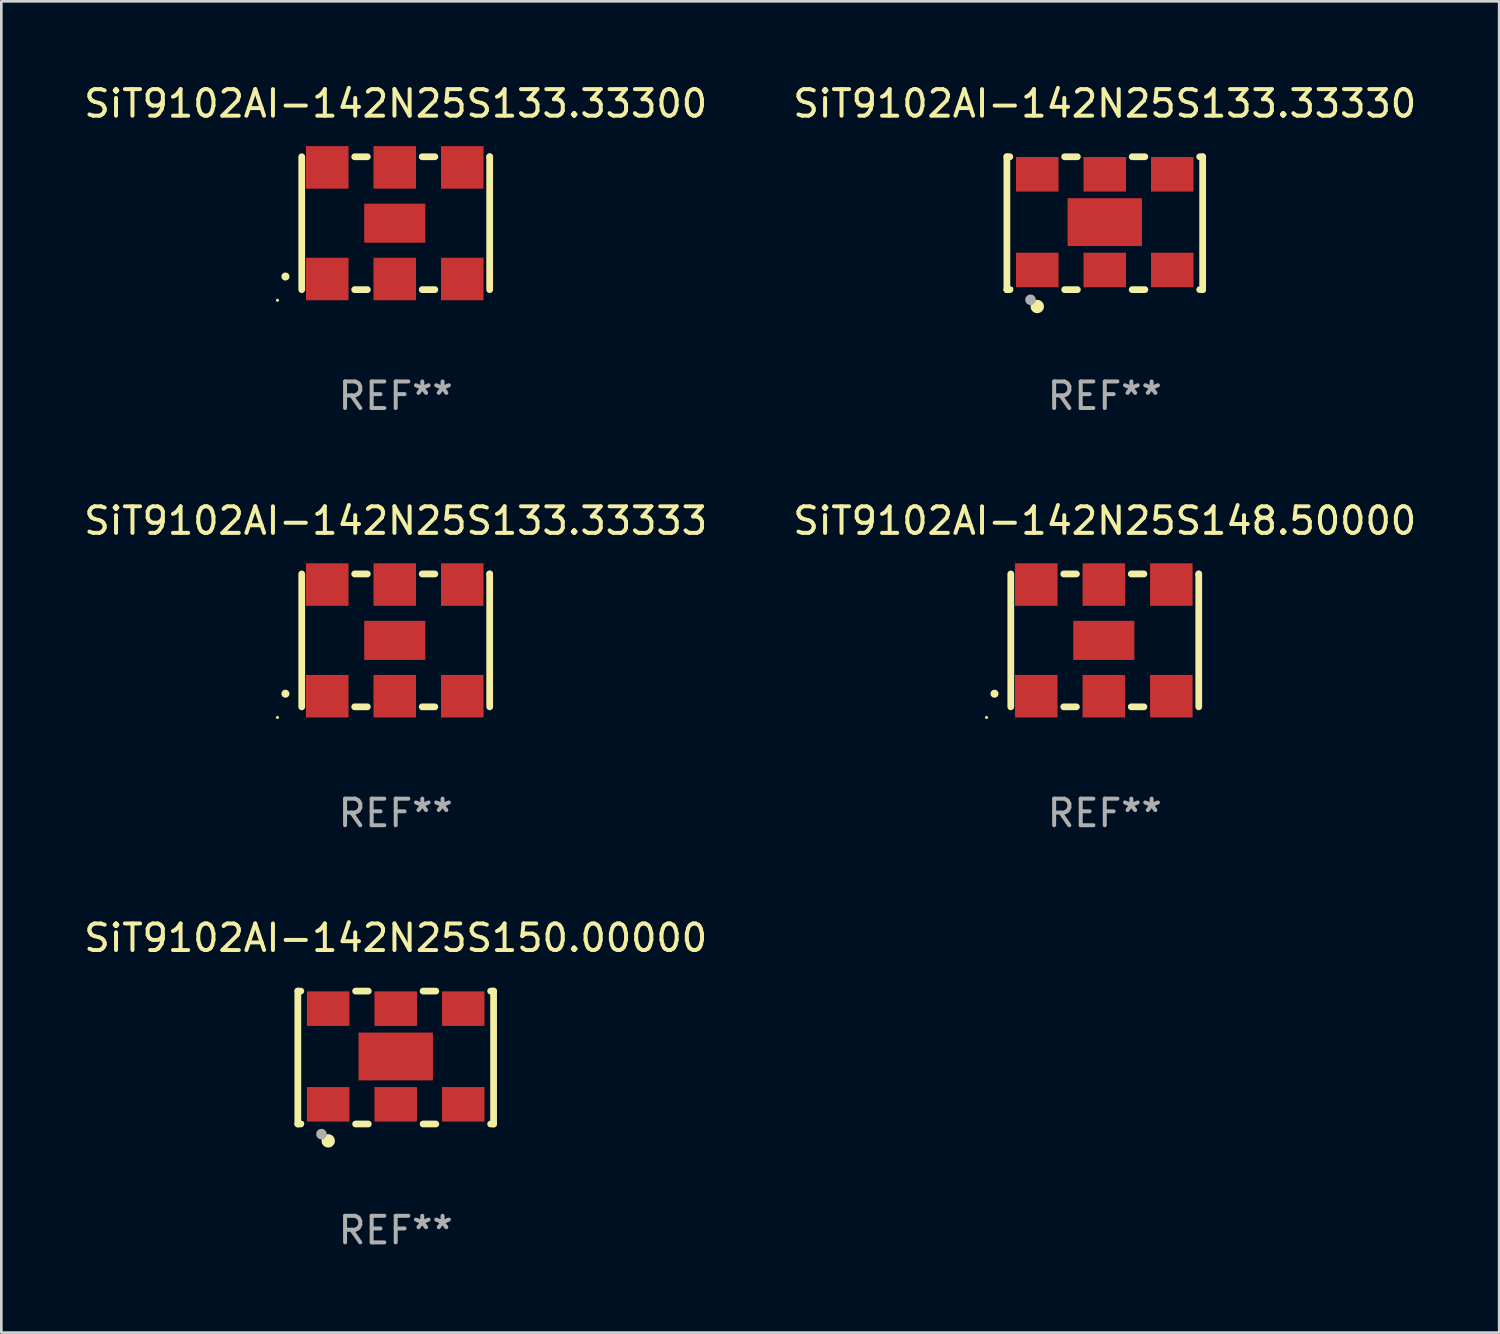
<source format=kicad_pcb>
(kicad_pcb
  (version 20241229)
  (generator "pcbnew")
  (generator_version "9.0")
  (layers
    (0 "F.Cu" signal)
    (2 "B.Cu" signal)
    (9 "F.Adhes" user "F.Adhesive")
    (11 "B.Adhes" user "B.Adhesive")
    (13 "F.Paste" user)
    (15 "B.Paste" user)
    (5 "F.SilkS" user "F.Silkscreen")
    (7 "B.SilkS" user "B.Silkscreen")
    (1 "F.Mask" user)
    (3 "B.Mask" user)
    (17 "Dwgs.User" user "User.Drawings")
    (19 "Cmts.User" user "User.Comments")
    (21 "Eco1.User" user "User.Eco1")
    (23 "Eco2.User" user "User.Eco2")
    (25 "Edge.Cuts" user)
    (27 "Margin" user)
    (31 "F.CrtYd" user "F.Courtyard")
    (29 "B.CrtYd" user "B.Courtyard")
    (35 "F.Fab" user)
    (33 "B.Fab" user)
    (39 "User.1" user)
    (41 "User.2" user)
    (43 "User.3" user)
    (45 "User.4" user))
  (footprint "SiT9102AI-142N25S150.00000"
    (layer "F.Cu")
    (at 11.839 36.741)
    (property "Reference" "SiT9102AI-142N25S150.00000" (at 0 -4.5 0) (layer "F.SilkS") (effects (font (size 1 1) (thickness 0.15))))
    (attr through_hole)
    (fp_line (start -3.683 -2.5) (end -3.571 -2.5) (stroke (width 0.254) (type solid)) (layer "F.SilkS"))
    (fp_line (start -3.683 2.5) (end -3.683 -2.5) (stroke (width 0.254) (type solid)) (layer "F.SilkS"))
    (fp_line (start -3.683 2.5) (end -3.571 2.5) (stroke (width 0.254) (type solid)) (layer "F.SilkS"))
    (fp_line (start -1.509 -2.5) (end -1.031 -2.5) (stroke (width 0.254) (type solid)) (layer "F.SilkS"))
    (fp_line (start -1.509 2.5) (end -1.031 2.5) (stroke (width 0.254) (type solid)) (layer "F.SilkS"))
    (fp_line (start 1.031 -2.5) (end 1.509 -2.5) (stroke (width 0.254) (type solid)) (layer "F.SilkS"))
    (fp_line (start 1.031 2.5) (end 1.509 2.5) (stroke (width 0.254) (type solid)) (layer "F.SilkS"))
    (fp_line (start 3.571 -2.5) (end 3.683 -2.5) (stroke (width 0.254) (type solid)) (layer "F.SilkS"))
    (fp_line (start 3.571 2.5) (end 3.683 2.5) (stroke (width 0.254) (type solid)) (layer "F.SilkS"))
    (fp_line (start 3.683 2.5) (end 3.683 -2.5) (stroke (width 0.254) (type solid)) (layer "F.SilkS"))
    (fp_circle (center -3.5 2.46) (end -3.47 2.46) (stroke (width 0.06) (type solid)) (fill no) (layer "F.SilkS"))
    (fp_circle (center -2.54 3.135) (end -2.413 3.135) (stroke (width 0.254) (type solid)) (fill no) (layer "F.SilkS"))
    (fp_circle (center -2.794 2.881) (end -2.694 2.881) (stroke (width 0.2) (type solid)) (fill no) (layer "F.Fab"))
    (fp_text user "REF**" (at 0 6.5 0) (layer "F.Fab") (effects (font (size 1 1) (thickness 0.15))))
    (pad "1" smd rect (at -2.54 1.76) (size 1.6 1.3) (layers "F.Cu" "F.Mask" "F.Paste"))
    (pad "2" smd rect (at 0 1.76) (size 1.6 1.3) (layers "F.Cu" "F.Mask" "F.Paste"))
    (pad "3" smd rect (at 2.54 1.76) (size 1.6 1.3) (layers "F.Cu" "F.Mask" "F.Paste"))
    (pad "4" smd rect (at 2.54 -1.84) (size 1.6 1.3) (layers "F.Cu" "F.Mask" "F.Paste"))
    (pad "5" smd rect (at 0 -1.84) (size 1.6 1.3) (layers "F.Cu" "F.Mask" "F.Paste"))
    (pad "6" smd rect (at -2.54 -1.84) (size 1.6 1.3) (layers "F.Cu" "F.Mask" "F.Paste"))
    (pad "7" smd rect (at 0 -0.04) (size 2.8 1.8) (layers "F.Cu" "F.Mask" "F.Paste")))
  (footprint "SiT9102AI-142N25S133.33300"
    (layer "F.Cu")
    (at 11.839 5.348)
    (property "Reference" "SiT9102AI-142N25S133.33300" (at 0 -4.5 0) (layer "F.SilkS") (effects (font (size 1 1) (thickness 0.15))))
    (attr through_hole)
    (fp_line (start -3.536 -2.5) (end -3.536 2.5) (stroke (width 0.254) (type solid)) (layer "F.SilkS"))
    (fp_line (start -1.544 2.5) (end -1.067 2.5) (stroke (width 0.254) (type solid)) (layer "F.SilkS"))
    (fp_line (start -1.067 -2.5) (end -1.544 -2.5) (stroke (width 0.254) (type solid)) (layer "F.SilkS"))
    (fp_line (start 0.996 2.5) (end 1.473 2.5) (stroke (width 0.254) (type solid)) (layer "F.SilkS"))
    (fp_line (start 1.473 -2.5) (end 0.996 -2.5) (stroke (width 0.254) (type solid)) (layer "F.SilkS"))
    (fp_line (start 3.536 -2.5) (end 3.536 -2.5) (stroke (width 0.254) (type solid)) (layer "F.SilkS"))
    (fp_line (start 3.536 2.5) (end 3.536 -2.5) (stroke (width 0.254) (type solid)) (layer "F.SilkS"))
    (fp_arc (start -4.150432 2.006604) (mid -4.149162 2.006599) (end -4.147892 2.006604) (stroke (width 0.3) (type solid)) (layer "F.SilkS"))
    (fp_circle (center -4.449 2.9) (end -4.419 2.9) (stroke (width 0.06) (type solid)) (fill no) (layer "F.SilkS"))
    (fp_text user "REF**" (at 0 6.5 0) (layer "F.Fab") (effects (font (size 1 1) (thickness 0.15))))
    (pad "1" smd rect (at -2.576 2.1) (size 1.6 1.6) (layers "F.Cu" "F.Mask" "F.Paste"))
    (pad "2" smd rect (at -0.036 2.1) (size 1.6 1.6) (layers "F.Cu" "F.Mask" "F.Paste"))
    (pad "3" smd rect (at 2.504 2.1) (size 1.6 1.6) (layers "F.Cu" "F.Mask" "F.Paste"))
    (pad "4" smd rect (at 2.504 -2.1) (size 1.6 1.6) (layers "F.Cu" "F.Mask" "F.Paste"))
    (pad "5" smd rect (at -0.036 -2.1) (size 1.6 1.6) (layers "F.Cu" "F.Mask" "F.Paste"))
    (pad "6" smd rect (at -2.576 -2.1) (size 1.6 1.6) (layers "F.Cu" "F.Mask" "F.Paste"))
    (pad "7" smd rect (at -0.036 0) (size 2.3 1.47) (layers "F.Cu" "F.Mask" "F.Paste")))
  (footprint "SiT9102AI-142N25S133.33330"
    (layer "F.Cu")
    (at 38.518 5.348)
    (property "Reference" "SiT9102AI-142N25S133.33330" (at 0 -4.5 0) (layer "F.SilkS") (effects (font (size 1 1) (thickness 0.15))))
    (attr through_hole)
    (fp_line (start -3.683 -2.5) (end -3.571 -2.5) (stroke (width 0.254) (type solid)) (layer "F.SilkS"))
    (fp_line (start -3.683 2.5) (end -3.683 -2.5) (stroke (width 0.254) (type solid)) (layer "F.SilkS"))
    (fp_line (start -3.683 2.5) (end -3.571 2.5) (stroke (width 0.254) (type solid)) (layer "F.SilkS"))
    (fp_line (start -1.509 -2.5) (end -1.031 -2.5) (stroke (width 0.254) (type solid)) (layer "F.SilkS"))
    (fp_line (start -1.509 2.5) (end -1.031 2.5) (stroke (width 0.254) (type solid)) (layer "F.SilkS"))
    (fp_line (start 1.031 -2.5) (end 1.509 -2.5) (stroke (width 0.254) (type solid)) (layer "F.SilkS"))
    (fp_line (start 1.031 2.5) (end 1.509 2.5) (stroke (width 0.254) (type solid)) (layer "F.SilkS"))
    (fp_line (start 3.571 -2.5) (end 3.683 -2.5) (stroke (width 0.254) (type solid)) (layer "F.SilkS"))
    (fp_line (start 3.571 2.5) (end 3.683 2.5) (stroke (width 0.254) (type solid)) (layer "F.SilkS"))
    (fp_line (start 3.683 2.5) (end 3.683 -2.5) (stroke (width 0.254) (type solid)) (layer "F.SilkS"))
    (fp_circle (center -3.5 2.46) (end -3.47 2.46) (stroke (width 0.06) (type solid)) (fill no) (layer "F.SilkS"))
    (fp_circle (center -2.54 3.135) (end -2.413 3.135) (stroke (width 0.254) (type solid)) (fill no) (layer "F.SilkS"))
    (fp_circle (center -2.794 2.881) (end -2.694 2.881) (stroke (width 0.2) (type solid)) (fill no) (layer "F.Fab"))
    (fp_text user "REF**" (at 0 6.5 0) (layer "F.Fab") (effects (font (size 1 1) (thickness 0.15))))
    (pad "1" smd rect (at -2.54 1.76) (size 1.6 1.3) (layers "F.Cu" "F.Mask" "F.Paste"))
    (pad "2" smd rect (at 0 1.76) (size 1.6 1.3) (layers "F.Cu" "F.Mask" "F.Paste"))
    (pad "3" smd rect (at 2.54 1.76) (size 1.6 1.3) (layers "F.Cu" "F.Mask" "F.Paste"))
    (pad "4" smd rect (at 2.54 -1.84) (size 1.6 1.3) (layers "F.Cu" "F.Mask" "F.Paste"))
    (pad "5" smd rect (at 0 -1.84) (size 1.6 1.3) (layers "F.Cu" "F.Mask" "F.Paste"))
    (pad "6" smd rect (at -2.54 -1.84) (size 1.6 1.3) (layers "F.Cu" "F.Mask" "F.Paste"))
    (pad "7" smd rect (at 0 -0.04) (size 2.8 1.8) (layers "F.Cu" "F.Mask" "F.Paste")))
  (footprint "SiT9102AI-142N25S133.33333"
    (layer "F.Cu")
    (at 11.839 21.045)
    (property "Reference" "SiT9102AI-142N25S133.33333" (at 0 -4.5 0) (layer "F.SilkS") (effects (font (size 1 1) (thickness 0.15))))
    (attr through_hole)
    (fp_line (start -3.536 -2.5) (end -3.536 2.5) (stroke (width 0.254) (type solid)) (layer "F.SilkS"))
    (fp_line (start -1.544 2.5) (end -1.067 2.5) (stroke (width 0.254) (type solid)) (layer "F.SilkS"))
    (fp_line (start -1.067 -2.5) (end -1.544 -2.5) (stroke (width 0.254) (type solid)) (layer "F.SilkS"))
    (fp_line (start 0.996 2.5) (end 1.473 2.5) (stroke (width 0.254) (type solid)) (layer "F.SilkS"))
    (fp_line (start 1.473 -2.5) (end 0.996 -2.5) (stroke (width 0.254) (type solid)) (layer "F.SilkS"))
    (fp_line (start 3.536 -2.5) (end 3.536 -2.5) (stroke (width 0.254) (type solid)) (layer "F.SilkS"))
    (fp_line (start 3.536 2.5) (end 3.536 -2.5) (stroke (width 0.254) (type solid)) (layer "F.SilkS"))
    (fp_arc (start -4.150432 2.006604) (mid -4.149162 2.006599) (end -4.147892 2.006604) (stroke (width 0.3) (type solid)) (layer "F.SilkS"))
    (fp_circle (center -4.449 2.9) (end -4.419 2.9) (stroke (width 0.06) (type solid)) (fill no) (layer "F.SilkS"))
    (fp_text user "REF**" (at 0 6.5 0) (layer "F.Fab") (effects (font (size 1 1) (thickness 0.15))))
    (pad "1" smd rect (at -2.576 2.1) (size 1.6 1.6) (layers "F.Cu" "F.Mask" "F.Paste"))
    (pad "2" smd rect (at -0.036 2.1) (size 1.6 1.6) (layers "F.Cu" "F.Mask" "F.Paste"))
    (pad "3" smd rect (at 2.504 2.1) (size 1.6 1.6) (layers "F.Cu" "F.Mask" "F.Paste"))
    (pad "4" smd rect (at 2.504 -2.1) (size 1.6 1.6) (layers "F.Cu" "F.Mask" "F.Paste"))
    (pad "5" smd rect (at -0.036 -2.1) (size 1.6 1.6) (layers "F.Cu" "F.Mask" "F.Paste"))
    (pad "6" smd rect (at -2.576 -2.1) (size 1.6 1.6) (layers "F.Cu" "F.Mask" "F.Paste"))
    (pad "7" smd rect (at -0.036 0) (size 2.3 1.47) (layers "F.Cu" "F.Mask" "F.Paste")))
  (footprint "SiT9102AI-142N25S148.50000"
    (layer "F.Cu")
    (at 38.518 21.045)
    (property "Reference" "SiT9102AI-142N25S148.50000" (at 0 -4.5 0) (layer "F.SilkS") (effects (font (size 1 1) (thickness 0.15))))
    (attr through_hole)
    (fp_line (start -3.536 -2.5) (end -3.536 2.5) (stroke (width 0.254) (type solid)) (layer "F.SilkS"))
    (fp_line (start -1.544 2.5) (end -1.067 2.5) (stroke (width 0.254) (type solid)) (layer "F.SilkS"))
    (fp_line (start -1.067 -2.5) (end -1.544 -2.5) (stroke (width 0.254) (type solid)) (layer "F.SilkS"))
    (fp_line (start 0.996 2.5) (end 1.473 2.5) (stroke (width 0.254) (type solid)) (layer "F.SilkS"))
    (fp_line (start 1.473 -2.5) (end 0.996 -2.5) (stroke (width 0.254) (type solid)) (layer "F.SilkS"))
    (fp_line (start 3.536 -2.5) (end 3.536 -2.5) (stroke (width 0.254) (type solid)) (layer "F.SilkS"))
    (fp_line (start 3.536 2.5) (end 3.536 -2.5) (stroke (width 0.254) (type solid)) (layer "F.SilkS"))
    (fp_arc (start -4.150432 2.006604) (mid -4.149162 2.006599) (end -4.147892 2.006604) (stroke (width 0.3) (type solid)) (layer "F.SilkS"))
    (fp_circle (center -4.449 2.9) (end -4.419 2.9) (stroke (width 0.06) (type solid)) (fill no) (layer "F.SilkS"))
    (fp_text user "REF**" (at 0 6.5 0) (layer "F.Fab") (effects (font (size 1 1) (thickness 0.15))))
    (pad "1" smd rect (at -2.576 2.1) (size 1.6 1.6) (layers "F.Cu" "F.Mask" "F.Paste"))
    (pad "2" smd rect (at -0.036 2.1) (size 1.6 1.6) (layers "F.Cu" "F.Mask" "F.Paste"))
    (pad "3" smd rect (at 2.504 2.1) (size 1.6 1.6) (layers "F.Cu" "F.Mask" "F.Paste"))
    (pad "4" smd rect (at 2.504 -2.1) (size 1.6 1.6) (layers "F.Cu" "F.Mask" "F.Paste"))
    (pad "5" smd rect (at -0.036 -2.1) (size 1.6 1.6) (layers "F.Cu" "F.Mask" "F.Paste"))
    (pad "6" smd rect (at -2.576 -2.1) (size 1.6 1.6) (layers "F.Cu" "F.Mask" "F.Paste"))
    (pad "7" smd rect (at -0.036 0) (size 2.3 1.47) (layers "F.Cu" "F.Mask" "F.Paste")))
  (gr_rect
    (start -3 -3)
    (end 53.357 47.09)
    (stroke (width 0.1) (type default))
    (fill no)
    (layer "Edge.Cuts")))
</source>
